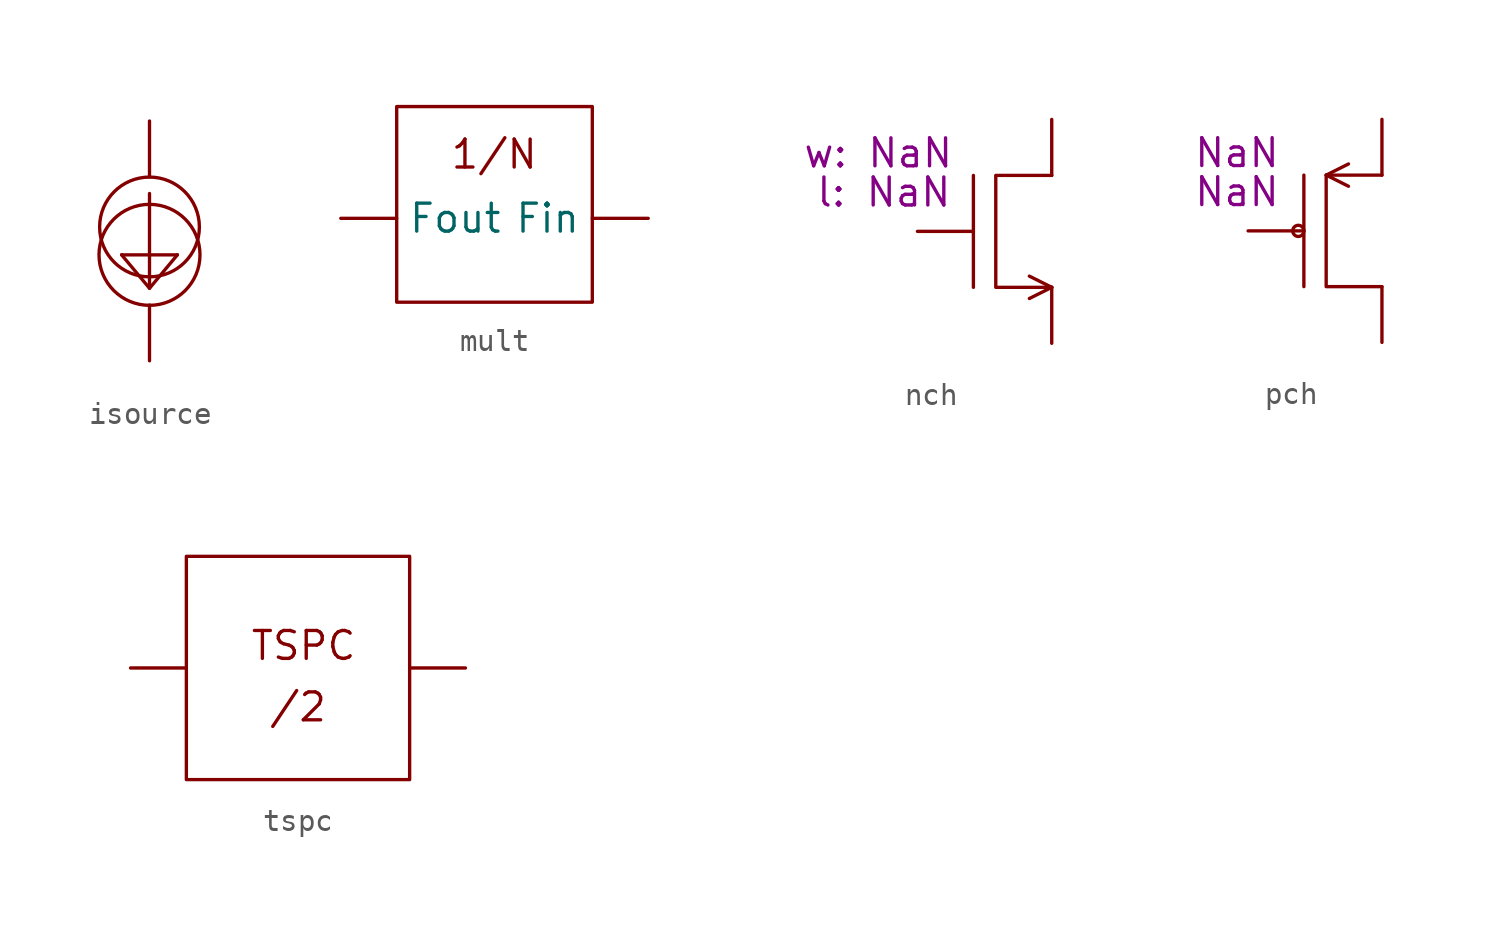
<source format=kicad_sym>
(kicad_symbol_lib
  (version 20211014)
  (generator kicad_symbol_editor)
  (symbol "isource"
    (pin_numbers hide)
    (pin_names
      (offset 0) hide)
    (property "Reference" "U"
      (at -3.81 3.302 0)
      (effects (font (size 1.27 1.27)) hide))
    (symbol "isource_0_1"
      (circle (center 0 -1.27) (radius 2.3) (stroke (width 0) (type default) (color 0 0 0 0)) (fill (type none)))
      (polyline (pts (xy 0 -2.794) (xy 1.27 -1.27)) (stroke (width 0) (type default) (color 0 0 0 0)) (fill (type none)))
      (polyline (pts (xy 1.27 -1.27) (xy -1.27 -1.27)) (stroke (width 0) (type default) (color 0 0 0 0)) (fill (type none)))
      (polyline (pts (xy 0 1.524) (xy 0 -2.794) (xy -1.27 -1.27)) (stroke (width 0) (type default) (color 0 0 0 0)) (fill (type none)))
      (circle (center 0 0) (radius 2.272) (stroke (width 0) (type default) (color 0 0 0 0)) (fill (type none))))
    (symbol "isource_1_1"
      (pin bidirectional line (at 0 -6.096 90) (length 2.54) (name "plus" (effects (font (size 1.27 1.27)))) (number "" (effects (font (size 1.27 1.27)))))
      (pin bidirectional line (at 0 4.826 270) (length 2.54) (name "plus" (effects (font (size 1.27 1.27)))) (number "" (effects (font (size 1.27 1.27)))))))
  (symbol "mult"
    (property "Reference" "U"
      (at 3.81 -6.35 0)
      (effects (font (size 1.27 1.27)) hide))
    (symbol "mult_0_0"
      (text "1/N" (at 0.622 2.913 0) (effects (font (size 1.27 1.27)))))
    (symbol "mult_0_1"
      (rectangle (start -3.81 5.08) (end 5.08 -3.81) (stroke (width 0) (type default) (color 0 0 0 0)) (fill (type none))))
    (symbol "mult_1_1"
      (pin input line (at 7.62 0 180) (length 2.54) (name "Fin" (effects (font (size 1.27 1.27)))) (number "" (effects (font (size 1.27 1.27)))))
      (pin output line (at -6.35 0 0) (length 2.54) (name "Fout" (effects (font (size 1.27 1.27)))) (number "" (effects (font (size 1.27 1.27)))))))
  (symbol "nch"
    (pin_numbers hide)
    (pin_names hide)
    (property "Reference" "M?"
      (at -3.81 5.08 0)
      (effects (font (size 1.27 1.27)) hide))
    (property "w" "w: NaN"
      (at -7.874 3.556 0)
      (effects (font (size 1.27 1.27))))
    (property "l" "l: NaN"
      (at -7.62 1.778 0)
      (effects (font (size 1.27 1.27))))
    (symbol "nch_0_1"
      (polyline (pts (xy -3.556 2.54) (xy -3.556 -2.54)) (stroke (width 0) (type default) (color 0 0 0 0)) (fill (type none)))
      (polyline (pts (xy -1.016 -3.048) (xy 0 -2.54)) (stroke (width 0) (type default) (color 0 0 0 0)) (fill (type none)))
      (polyline (pts (xy 0 -2.54) (xy -1.016 -2.032)) (stroke (width 0) (type default) (color 0 0 0 0)) (fill (type none)))
      (polyline (pts (xy 0 -2.54) (xy 0 -2.54) (xy -2.54 -2.54) (xy -2.54 2.54) (xy 0 2.54) (xy 0 2.54)) (stroke (width 0) (type default) (color 0 0 0 0)) (fill (type none))))
    (symbol "nch_1_1"
      (pin bidirectional line (at 0 5.08 270) (length 2.54) (name "D" (effects (font (size 1.27 1.27)))) (number "" (effects (font (size 1.27 1.27)))))
      (pin input line (at -6.096 0 0) (length 2.54) (name "G" (effects (font (size 1.27 1.27)))) (number "" (effects (font (size 1.27 1.27)))))
      (pin bidirectional line (at 0 -5.08 90) (length 2.54) (name "S" (effects (font (size 1.27 1.27)))) (number "" (effects (font (size 1.27 1.27)))))))
  (symbol "pch"
    (pin_numbers hide)
    (pin_names hide)
    (property "Reference" "M?"
      (at -3.81 5.08 0)
      (effects (font (size 1.27 1.27)) hide))
    (property "w" "NaN"
      (at -6.604 3.556 0)
      (effects (font (size 1.27 1.27))))
    (property "l" "NaN"
      (at -6.604 1.778 0)
      (effects (font (size 1.27 1.27))))
    (symbol "pch_0_1"
      (circle (center -3.81 0) (radius 0.254) (stroke (width 0) (type default) (color 0 0 0 0)) (fill (type none)))
      (polyline (pts (xy -3.556 2.54) (xy -3.556 -2.54)) (stroke (width 0) (type default) (color 0 0 0 0)) (fill (type none)))
      (polyline (pts (xy -2.54 2.54) (xy -1.524 2.032)) (stroke (width 0) (type default) (color 0 0 0 0)) (fill (type none)))
      (polyline (pts (xy -2.54 2.54) (xy -1.524 3.048)) (stroke (width 0) (type default) (color 0 0 0 0)) (fill (type none)))
      (polyline (pts (xy 0 -2.54) (xy 0 -2.54) (xy -2.54 -2.54) (xy -2.54 2.54) (xy 0 2.54) (xy 0 2.54)) (stroke (width 0) (type default) (color 0 0 0 0)) (fill (type none))))
    (symbol "pch_1_1"
      (pin bidirectional line (at 0 -5.08 90) (length 2.54) (name "D" (effects (font (size 1.27 1.27)))) (number "" (effects (font (size 1.27 1.27)))))
      (pin input line (at -6.096 0 0) (length 2.54) (name "G" (effects (font (size 1.27 1.27)))) (number "" (effects (font (size 1.27 1.27)))))
      (pin bidirectional line (at 0 5.08 270) (length 2.54) (name "S" (effects (font (size 1.27 1.27)))) (number "" (effects (font (size 1.27 1.27)))))))
  (symbol "tspc"
    (pin_numbers hide)
    (pin_names
      (offset 0) hide)
    (property "Reference" "U"
      (at -5.08 1.016 0)
      (effects (font (size 1.27 1.27)) hide))
    (symbol "tspc_0_0"
      (text "/2" (at 0 -1.778 0) (effects (font (size 1.27 1.27))))
      (text "TSPC" (at 0.254 1.016 0) (effects (font (size 1.27 1.27)))))
    (symbol "tspc_0_1"
      (rectangle (start -5.08 5.08) (end 5.08 -5.08) (stroke (width 0) (type default) (color 0 0 0 0)) (fill (type none))))
    (symbol "tspc_1_1"
      (pin bidirectional line (at -7.62 0 0) (length 2.54) (name "in" (effects (font (size 1.27 1.27)))) (number "" (effects (font (size 1.27 1.27)))))
      (pin bidirectional line (at 7.62 0 180) (length 2.54) (name "out" (effects (font (size 1.27 1.27)))) (number "" (effects (font (size 1.27 1.27))))))))
</source>
